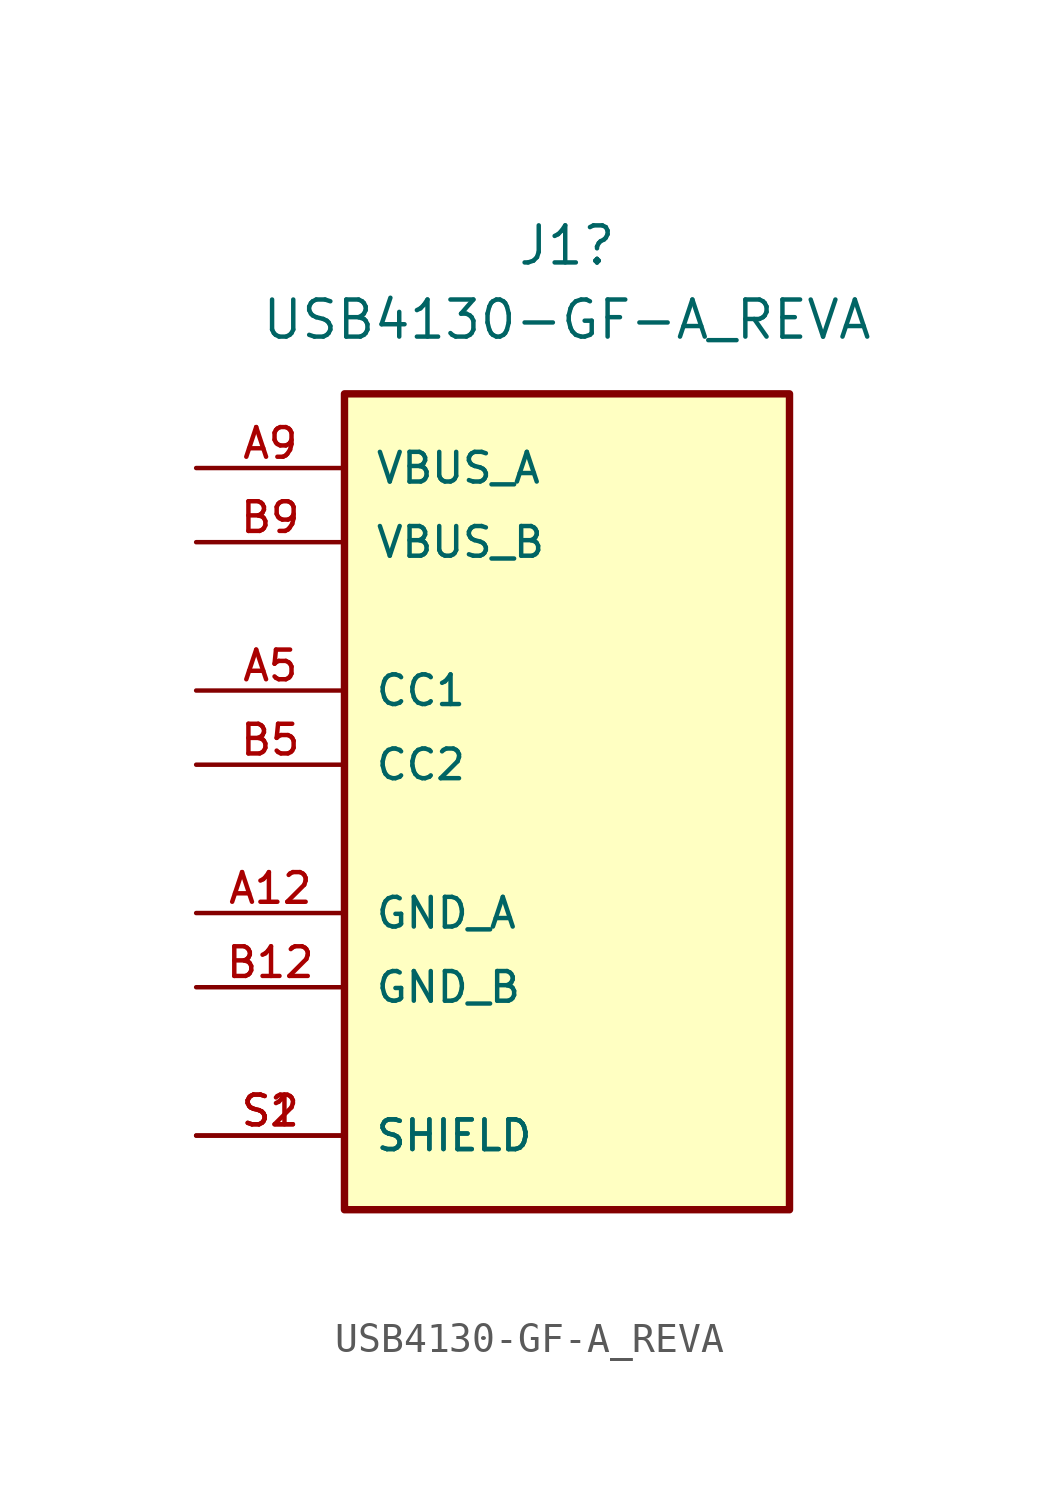
<source format=kicad_sym>
(kicad_symbol_lib
  (version 20211014)
  (generator kicad_symbol_editor)
  (symbol "USB4130-GF-A_REVA"
    (pin_names
      (offset 1.016))
    (property "Reference" "J1"
      (at 0 17.78 0)
      (effects (font (size 1.27 1.27))))
    (property "Value" "USB4130-GF-A_REVA"
      (at 0 15.24 0)
      (effects (font (size 1.27 1.27))))
    (symbol "USB4130-GF-A_REVA_0_0"
      (rectangle (start -7.62 -15.24) (end 7.62 12.7) (stroke (width 0.254) (type default) (color 0 0 0 0)) (fill (type background)))
      (pin power_in line (at -12.7 -5.08 0) (length 5.08) (name "GND_A" (effects (font (size 1.016 1.016)))) (number "A12" (effects (font (size 1.016 1.016)))))
      (pin passive line (at -12.7 2.54 0) (length 5.08) (name "CC1" (effects (font (size 1.016 1.016)))) (number "A5" (effects (font (size 1.016 1.016)))))
      (pin power_in line (at -12.7 10.16 0) (length 5.08) (name "VBUS_A" (effects (font (size 1.016 1.016)))) (number "A9" (effects (font (size 1.016 1.016)))))
      (pin power_in line (at -12.7 -7.62 0) (length 5.08) (name "GND_B" (effects (font (size 1.016 1.016)))) (number "B12" (effects (font (size 1.016 1.016)))))
      (pin passive line (at -12.7 0 0) (length 5.08) (name "CC2" (effects (font (size 1.016 1.016)))) (number "B5" (effects (font (size 1.016 1.016)))))
      (pin power_in line (at -12.7 7.62 0) (length 5.08) (name "VBUS_B" (effects (font (size 1.016 1.016)))) (number "B9" (effects (font (size 1.016 1.016)))))
      (pin passive line (at -12.7 -12.7 0) (length 5.08) (name "SHIELD" (effects (font (size 1.016 1.016)))) (number "S1" (effects (font (size 1.016 1.016)))))
      (pin passive line (at -12.7 -12.7 0) (length 5.08) (name "SHIELD" (effects (font (size 1.016 1.016)))) (number "S2" (effects (font (size 1.016 1.016))))))))
</source>
